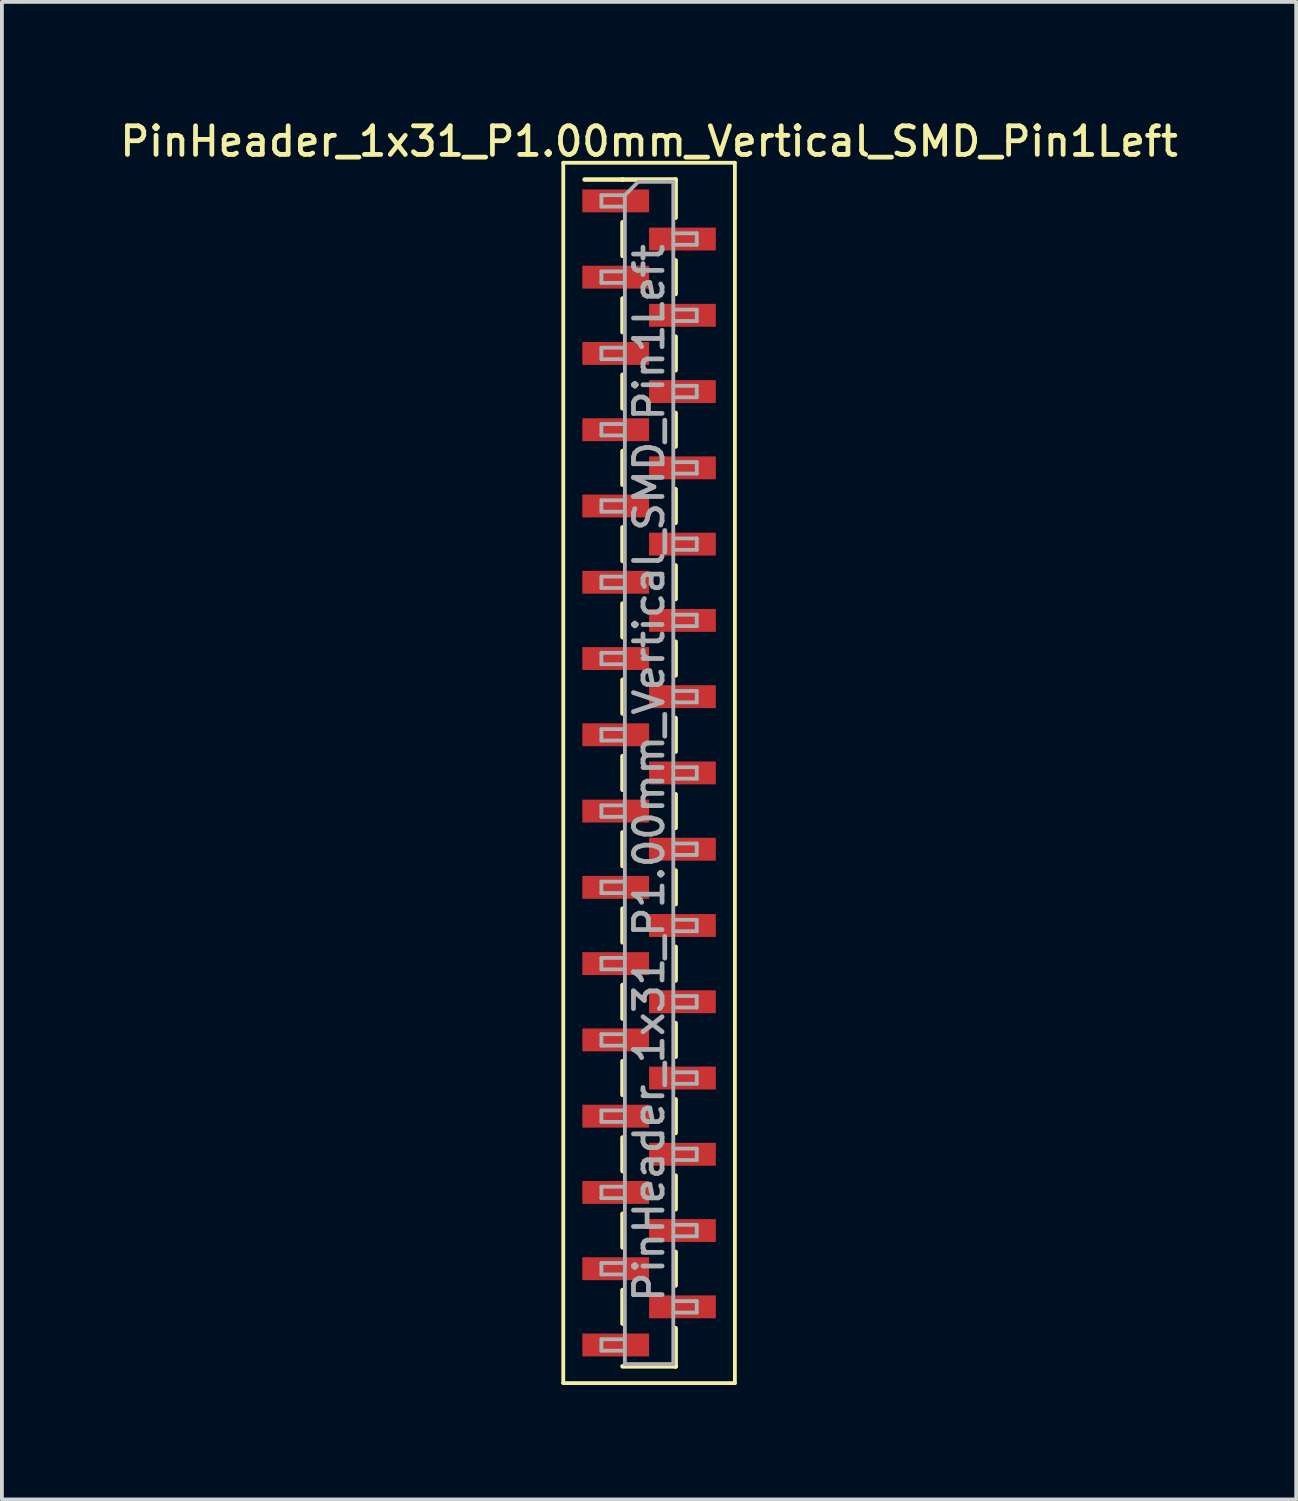
<source format=kicad_pcb>
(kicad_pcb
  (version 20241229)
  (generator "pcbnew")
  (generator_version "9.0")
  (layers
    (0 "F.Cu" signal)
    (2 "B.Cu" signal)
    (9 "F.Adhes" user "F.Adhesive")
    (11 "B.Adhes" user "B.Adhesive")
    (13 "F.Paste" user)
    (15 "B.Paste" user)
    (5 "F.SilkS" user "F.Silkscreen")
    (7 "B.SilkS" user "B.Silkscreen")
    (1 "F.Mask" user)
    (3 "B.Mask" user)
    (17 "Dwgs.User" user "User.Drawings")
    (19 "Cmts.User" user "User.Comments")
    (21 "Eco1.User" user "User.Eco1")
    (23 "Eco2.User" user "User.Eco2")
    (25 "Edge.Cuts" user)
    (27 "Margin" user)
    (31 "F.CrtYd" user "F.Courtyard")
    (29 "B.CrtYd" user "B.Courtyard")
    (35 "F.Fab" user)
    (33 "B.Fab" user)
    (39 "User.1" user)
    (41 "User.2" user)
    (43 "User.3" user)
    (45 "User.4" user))
  (footprint "PinHeader_1x31_P1.00mm_Vertical_SMD_Pin1Left"
    (layer "F.Cu")
    (at 13.97 17.218)
    (property "Reference" "PinHeader_1x31_P1.00mm_Vertical_SMD_Pin1Left" (at 0 -16.56 0) (layer "F.SilkS") (effects (font (size 0.75 0.75) (thickness 0.125))))
    (attr smd)
    (fp_line (start -2.25 -16) (end -2.25 16) (stroke (width 0.1) (type solid)) (layer "F.SilkS"))
    (fp_line (start -2.25 16) (end 2.25 16) (stroke (width 0.1) (type solid)) (layer "F.SilkS"))
    (fp_line (start -0.695 -15.56) (end -1.69 -15.56) (stroke (width 0.12) (type solid)) (layer "F.SilkS"))
    (fp_line (start -0.695 -15.56) (end -0.695 -15.56) (stroke (width 0.12) (type solid)) (layer "F.SilkS"))
    (fp_line (start -0.695 -15.56) (end 0.695 -15.56) (stroke (width 0.12) (type solid)) (layer "F.SilkS"))
    (fp_line (start -0.695 -14.44) (end -0.695 -13.56) (stroke (width 0.12) (type solid)) (layer "F.SilkS"))
    (fp_line (start -0.695 -12.44) (end -0.695 -11.56) (stroke (width 0.12) (type solid)) (layer "F.SilkS"))
    (fp_line (start -0.695 -10.44) (end -0.695 -9.56) (stroke (width 0.12) (type solid)) (layer "F.SilkS"))
    (fp_line (start -0.695 -8.44) (end -0.695 -7.56) (stroke (width 0.12) (type solid)) (layer "F.SilkS"))
    (fp_line (start -0.695 -6.44) (end -0.695 -5.56) (stroke (width 0.12) (type solid)) (layer "F.SilkS"))
    (fp_line (start -0.695 -4.44) (end -0.695 -3.56) (stroke (width 0.12) (type solid)) (layer "F.SilkS"))
    (fp_line (start -0.695 -2.44) (end -0.695 -1.56) (stroke (width 0.12) (type solid)) (layer "F.SilkS"))
    (fp_line (start -0.695 -0.44) (end -0.695 0.44) (stroke (width 0.12) (type solid)) (layer "F.SilkS"))
    (fp_line (start -0.695 1.56) (end -0.695 2.44) (stroke (width 0.12) (type solid)) (layer "F.SilkS"))
    (fp_line (start -0.695 3.56) (end -0.695 4.44) (stroke (width 0.12) (type solid)) (layer "F.SilkS"))
    (fp_line (start -0.695 5.56) (end -0.695 6.44) (stroke (width 0.12) (type solid)) (layer "F.SilkS"))
    (fp_line (start -0.695 7.56) (end -0.695 8.44) (stroke (width 0.12) (type solid)) (layer "F.SilkS"))
    (fp_line (start -0.695 9.56) (end -0.695 10.44) (stroke (width 0.12) (type solid)) (layer "F.SilkS"))
    (fp_line (start -0.695 11.56) (end -0.695 12.44) (stroke (width 0.12) (type solid)) (layer "F.SilkS"))
    (fp_line (start -0.695 13.56) (end -0.695 14.44) (stroke (width 0.12) (type solid)) (layer "F.SilkS"))
    (fp_line (start -0.695 15.56) (end 0.695 15.56) (stroke (width 0.12) (type solid)) (layer "F.SilkS"))
    (fp_line (start 0.695 -15.56) (end 0.695 -14.56) (stroke (width 0.12) (type solid)) (layer "F.SilkS"))
    (fp_line (start 0.695 -13.44) (end 0.695 -12.56) (stroke (width 0.12) (type solid)) (layer "F.SilkS"))
    (fp_line (start 0.695 -11.44) (end 0.695 -10.56) (stroke (width 0.12) (type solid)) (layer "F.SilkS"))
    (fp_line (start 0.695 -9.44) (end 0.695 -8.56) (stroke (width 0.12) (type solid)) (layer "F.SilkS"))
    (fp_line (start 0.695 -7.44) (end 0.695 -6.56) (stroke (width 0.12) (type solid)) (layer "F.SilkS"))
    (fp_line (start 0.695 -5.44) (end 0.695 -4.56) (stroke (width 0.12) (type solid)) (layer "F.SilkS"))
    (fp_line (start 0.695 -3.44) (end 0.695 -2.56) (stroke (width 0.12) (type solid)) (layer "F.SilkS"))
    (fp_line (start 0.695 -1.44) (end 0.695 -0.56) (stroke (width 0.12) (type solid)) (layer "F.SilkS"))
    (fp_line (start 0.695 0.56) (end 0.695 1.44) (stroke (width 0.12) (type solid)) (layer "F.SilkS"))
    (fp_line (start 0.695 2.56) (end 0.695 3.44) (stroke (width 0.12) (type solid)) (layer "F.SilkS"))
    (fp_line (start 0.695 4.56) (end 0.695 5.44) (stroke (width 0.12) (type solid)) (layer "F.SilkS"))
    (fp_line (start 0.695 6.56) (end 0.695 7.44) (stroke (width 0.12) (type solid)) (layer "F.SilkS"))
    (fp_line (start 0.695 8.56) (end 0.695 9.44) (stroke (width 0.12) (type solid)) (layer "F.SilkS"))
    (fp_line (start 0.695 10.56) (end 0.695 11.44) (stroke (width 0.12) (type solid)) (layer "F.SilkS"))
    (fp_line (start 0.695 12.56) (end 0.695 13.44) (stroke (width 0.12) (type solid)) (layer "F.SilkS"))
    (fp_line (start 0.695 14.56) (end 0.695 15.56) (stroke (width 0.12) (type solid)) (layer "F.SilkS"))
    (fp_line (start 0.695 15.56) (end 0.695 15.56) (stroke (width 0.12) (type solid)) (layer "F.SilkS"))
    (fp_line (start 2.25 -16) (end -2.25 -16) (stroke (width 0.1) (type solid)) (layer "F.SilkS"))
    (fp_line (start 2.25 16) (end 2.25 -16) (stroke (width 0.1) (type solid)) (layer "F.SilkS"))
    (fp_line (start -1.25 -15.15) (end -1.25 -14.85) (stroke (width 0.1) (type solid)) (layer "F.Fab"))
    (fp_line (start -1.25 -14.85) (end -0.635 -14.85) (stroke (width 0.1) (type solid)) (layer "F.Fab"))
    (fp_line (start -1.25 -13.15) (end -1.25 -12.85) (stroke (width 0.1) (type solid)) (layer "F.Fab"))
    (fp_line (start -1.25 -12.85) (end -0.635 -12.85) (stroke (width 0.1) (type solid)) (layer "F.Fab"))
    (fp_line (start -1.25 -11.15) (end -1.25 -10.85) (stroke (width 0.1) (type solid)) (layer "F.Fab"))
    (fp_line (start -1.25 -10.85) (end -0.635 -10.85) (stroke (width 0.1) (type solid)) (layer "F.Fab"))
    (fp_line (start -1.25 -9.15) (end -1.25 -8.85) (stroke (width 0.1) (type solid)) (layer "F.Fab"))
    (fp_line (start -1.25 -8.85) (end -0.635 -8.85) (stroke (width 0.1) (type solid)) (layer "F.Fab"))
    (fp_line (start -1.25 -7.15) (end -1.25 -6.85) (stroke (width 0.1) (type solid)) (layer "F.Fab"))
    (fp_line (start -1.25 -6.85) (end -0.635 -6.85) (stroke (width 0.1) (type solid)) (layer "F.Fab"))
    (fp_line (start -1.25 -5.15) (end -1.25 -4.85) (stroke (width 0.1) (type solid)) (layer "F.Fab"))
    (fp_line (start -1.25 -4.85) (end -0.635 -4.85) (stroke (width 0.1) (type solid)) (layer "F.Fab"))
    (fp_line (start -1.25 -3.15) (end -1.25 -2.85) (stroke (width 0.1) (type solid)) (layer "F.Fab"))
    (fp_line (start -1.25 -2.85) (end -0.635 -2.85) (stroke (width 0.1) (type solid)) (layer "F.Fab"))
    (fp_line (start -1.25 -1.15) (end -1.25 -0.85) (stroke (width 0.1) (type solid)) (layer "F.Fab"))
    (fp_line (start -1.25 -0.85) (end -0.635 -0.85) (stroke (width 0.1) (type solid)) (layer "F.Fab"))
    (fp_line (start -1.25 0.85) (end -1.25 1.15) (stroke (width 0.1) (type solid)) (layer "F.Fab"))
    (fp_line (start -1.25 1.15) (end -0.635 1.15) (stroke (width 0.1) (type solid)) (layer "F.Fab"))
    (fp_line (start -1.25 2.85) (end -1.25 3.15) (stroke (width 0.1) (type solid)) (layer "F.Fab"))
    (fp_line (start -1.25 3.15) (end -0.635 3.15) (stroke (width 0.1) (type solid)) (layer "F.Fab"))
    (fp_line (start -1.25 4.85) (end -1.25 5.15) (stroke (width 0.1) (type solid)) (layer "F.Fab"))
    (fp_line (start -1.25 5.15) (end -0.635 5.15) (stroke (width 0.1) (type solid)) (layer "F.Fab"))
    (fp_line (start -1.25 6.85) (end -1.25 7.15) (stroke (width 0.1) (type solid)) (layer "F.Fab"))
    (fp_line (start -1.25 7.15) (end -0.635 7.15) (stroke (width 0.1) (type solid)) (layer "F.Fab"))
    (fp_line (start -1.25 8.85) (end -1.25 9.15) (stroke (width 0.1) (type solid)) (layer "F.Fab"))
    (fp_line (start -1.25 9.15) (end -0.635 9.15) (stroke (width 0.1) (type solid)) (layer "F.Fab"))
    (fp_line (start -1.25 10.85) (end -1.25 11.15) (stroke (width 0.1) (type solid)) (layer "F.Fab"))
    (fp_line (start -1.25 11.15) (end -0.635 11.15) (stroke (width 0.1) (type solid)) (layer "F.Fab"))
    (fp_line (start -1.25 12.85) (end -1.25 13.15) (stroke (width 0.1) (type solid)) (layer "F.Fab"))
    (fp_line (start -1.25 13.15) (end -0.635 13.15) (stroke (width 0.1) (type solid)) (layer "F.Fab"))
    (fp_line (start -1.25 14.85) (end -1.25 15.15) (stroke (width 0.1) (type solid)) (layer "F.Fab"))
    (fp_line (start -1.25 15.15) (end -0.635 15.15) (stroke (width 0.1) (type solid)) (layer "F.Fab"))
    (fp_line (start -0.635 -15.15) (end -1.25 -15.15) (stroke (width 0.1) (type solid)) (layer "F.Fab"))
    (fp_line (start -0.635 -15.15) (end -0.285 -15.5) (stroke (width 0.1) (type solid)) (layer "F.Fab"))
    (fp_line (start -0.635 -13.15) (end -1.25 -13.15) (stroke (width 0.1) (type solid)) (layer "F.Fab"))
    (fp_line (start -0.635 -11.15) (end -1.25 -11.15) (stroke (width 0.1) (type solid)) (layer "F.Fab"))
    (fp_line (start -0.635 -9.15) (end -1.25 -9.15) (stroke (width 0.1) (type solid)) (layer "F.Fab"))
    (fp_line (start -0.635 -7.15) (end -1.25 -7.15) (stroke (width 0.1) (type solid)) (layer "F.Fab"))
    (fp_line (start -0.635 -5.15) (end -1.25 -5.15) (stroke (width 0.1) (type solid)) (layer "F.Fab"))
    (fp_line (start -0.635 -3.15) (end -1.25 -3.15) (stroke (width 0.1) (type solid)) (layer "F.Fab"))
    (fp_line (start -0.635 -1.15) (end -1.25 -1.15) (stroke (width 0.1) (type solid)) (layer "F.Fab"))
    (fp_line (start -0.635 0.85) (end -1.25 0.85) (stroke (width 0.1) (type solid)) (layer "F.Fab"))
    (fp_line (start -0.635 2.85) (end -1.25 2.85) (stroke (width 0.1) (type solid)) (layer "F.Fab"))
    (fp_line (start -0.635 4.85) (end -1.25 4.85) (stroke (width 0.1) (type solid)) (layer "F.Fab"))
    (fp_line (start -0.635 6.85) (end -1.25 6.85) (stroke (width 0.1) (type solid)) (layer "F.Fab"))
    (fp_line (start -0.635 8.85) (end -1.25 8.85) (stroke (width 0.1) (type solid)) (layer "F.Fab"))
    (fp_line (start -0.635 10.85) (end -1.25 10.85) (stroke (width 0.1) (type solid)) (layer "F.Fab"))
    (fp_line (start -0.635 12.85) (end -1.25 12.85) (stroke (width 0.1) (type solid)) (layer "F.Fab"))
    (fp_line (start -0.635 14.85) (end -1.25 14.85) (stroke (width 0.1) (type solid)) (layer "F.Fab"))
    (fp_line (start -0.635 15.5) (end -0.635 -15.15) (stroke (width 0.1) (type solid)) (layer "F.Fab"))
    (fp_line (start -0.285 -15.5) (end 0.635 -15.5) (stroke (width 0.1) (type solid)) (layer "F.Fab"))
    (fp_line (start 0.635 -15.5) (end 0.635 15.5) (stroke (width 0.1) (type solid)) (layer "F.Fab"))
    (fp_line (start 0.635 -14.15) (end 1.25 -14.15) (stroke (width 0.1) (type solid)) (layer "F.Fab"))
    (fp_line (start 0.635 -12.15) (end 1.25 -12.15) (stroke (width 0.1) (type solid)) (layer "F.Fab"))
    (fp_line (start 0.635 -10.15) (end 1.25 -10.15) (stroke (width 0.1) (type solid)) (layer "F.Fab"))
    (fp_line (start 0.635 -8.15) (end 1.25 -8.15) (stroke (width 0.1) (type solid)) (layer "F.Fab"))
    (fp_line (start 0.635 -6.15) (end 1.25 -6.15) (stroke (width 0.1) (type solid)) (layer "F.Fab"))
    (fp_line (start 0.635 -4.15) (end 1.25 -4.15) (stroke (width 0.1) (type solid)) (layer "F.Fab"))
    (fp_line (start 0.635 -2.15) (end 1.25 -2.15) (stroke (width 0.1) (type solid)) (layer "F.Fab"))
    (fp_line (start 0.635 -0.15) (end 1.25 -0.15) (stroke (width 0.1) (type solid)) (layer "F.Fab"))
    (fp_line (start 0.635 1.85) (end 1.25 1.85) (stroke (width 0.1) (type solid)) (layer "F.Fab"))
    (fp_line (start 0.635 3.85) (end 1.25 3.85) (stroke (width 0.1) (type solid)) (layer "F.Fab"))
    (fp_line (start 0.635 5.85) (end 1.25 5.85) (stroke (width 0.1) (type solid)) (layer "F.Fab"))
    (fp_line (start 0.635 7.85) (end 1.25 7.85) (stroke (width 0.1) (type solid)) (layer "F.Fab"))
    (fp_line (start 0.635 9.85) (end 1.25 9.85) (stroke (width 0.1) (type solid)) (layer "F.Fab"))
    (fp_line (start 0.635 11.85) (end 1.25 11.85) (stroke (width 0.1) (type solid)) (layer "F.Fab"))
    (fp_line (start 0.635 13.85) (end 1.25 13.85) (stroke (width 0.1) (type solid)) (layer "F.Fab"))
    (fp_line (start 0.635 15.5) (end -0.635 15.5) (stroke (width 0.1) (type solid)) (layer "F.Fab"))
    (fp_line (start 1.25 -14.15) (end 1.25 -13.85) (stroke (width 0.1) (type solid)) (layer "F.Fab"))
    (fp_line (start 1.25 -13.85) (end 0.635 -13.85) (stroke (width 0.1) (type solid)) (layer "F.Fab"))
    (fp_line (start 1.25 -12.15) (end 1.25 -11.85) (stroke (width 0.1) (type solid)) (layer "F.Fab"))
    (fp_line (start 1.25 -11.85) (end 0.635 -11.85) (stroke (width 0.1) (type solid)) (layer "F.Fab"))
    (fp_line (start 1.25 -10.15) (end 1.25 -9.85) (stroke (width 0.1) (type solid)) (layer "F.Fab"))
    (fp_line (start 1.25 -9.85) (end 0.635 -9.85) (stroke (width 0.1) (type solid)) (layer "F.Fab"))
    (fp_line (start 1.25 -8.15) (end 1.25 -7.85) (stroke (width 0.1) (type solid)) (layer "F.Fab"))
    (fp_line (start 1.25 -7.85) (end 0.635 -7.85) (stroke (width 0.1) (type solid)) (layer "F.Fab"))
    (fp_line (start 1.25 -6.15) (end 1.25 -5.85) (stroke (width 0.1) (type solid)) (layer "F.Fab"))
    (fp_line (start 1.25 -5.85) (end 0.635 -5.85) (stroke (width 0.1) (type solid)) (layer "F.Fab"))
    (fp_line (start 1.25 -4.15) (end 1.25 -3.85) (stroke (width 0.1) (type solid)) (layer "F.Fab"))
    (fp_line (start 1.25 -3.85) (end 0.635 -3.85) (stroke (width 0.1) (type solid)) (layer "F.Fab"))
    (fp_line (start 1.25 -2.15) (end 1.25 -1.85) (stroke (width 0.1) (type solid)) (layer "F.Fab"))
    (fp_line (start 1.25 -1.85) (end 0.635 -1.85) (stroke (width 0.1) (type solid)) (layer "F.Fab"))
    (fp_line (start 1.25 -0.15) (end 1.25 0.15) (stroke (width 0.1) (type solid)) (layer "F.Fab"))
    (fp_line (start 1.25 0.15) (end 0.635 0.15) (stroke (width 0.1) (type solid)) (layer "F.Fab"))
    (fp_line (start 1.25 1.85) (end 1.25 2.15) (stroke (width 0.1) (type solid)) (layer "F.Fab"))
    (fp_line (start 1.25 2.15) (end 0.635 2.15) (stroke (width 0.1) (type solid)) (layer "F.Fab"))
    (fp_line (start 1.25 3.85) (end 1.25 4.15) (stroke (width 0.1) (type solid)) (layer "F.Fab"))
    (fp_line (start 1.25 4.15) (end 0.635 4.15) (stroke (width 0.1) (type solid)) (layer "F.Fab"))
    (fp_line (start 1.25 5.85) (end 1.25 6.15) (stroke (width 0.1) (type solid)) (layer "F.Fab"))
    (fp_line (start 1.25 6.15) (end 0.635 6.15) (stroke (width 0.1) (type solid)) (layer "F.Fab"))
    (fp_line (start 1.25 7.85) (end 1.25 8.15) (stroke (width 0.1) (type solid)) (layer "F.Fab"))
    (fp_line (start 1.25 8.15) (end 0.635 8.15) (stroke (width 0.1) (type solid)) (layer "F.Fab"))
    (fp_line (start 1.25 9.85) (end 1.25 10.15) (stroke (width 0.1) (type solid)) (layer "F.Fab"))
    (fp_line (start 1.25 10.15) (end 0.635 10.15) (stroke (width 0.1) (type solid)) (layer "F.Fab"))
    (fp_line (start 1.25 11.85) (end 1.25 12.15) (stroke (width 0.1) (type solid)) (layer "F.Fab"))
    (fp_line (start 1.25 12.15) (end 0.635 12.15) (stroke (width 0.1) (type solid)) (layer "F.Fab"))
    (fp_line (start 1.25 13.85) (end 1.25 14.15) (stroke (width 0.1) (type solid)) (layer "F.Fab"))
    (fp_line (start 1.25 14.15) (end 0.635 14.15) (stroke (width 0.1) (type solid)) (layer "F.Fab"))
    (fp_text user "${REFERENCE}" (at 0 0 90) (layer "F.Fab") (effects (font (size 0.75 0.75) (thickness 0.125))))
    (pad "1" smd rect (at -0.875 -15) (size 1.75 0.6) (layers "F.Cu" "F.Mask" "F.Paste"))
    (pad "2" smd rect (at 0.875 -14) (size 1.75 0.6) (layers "F.Cu" "F.Mask" "F.Paste"))
    (pad "3" smd rect (at -0.875 -13) (size 1.75 0.6) (layers "F.Cu" "F.Mask" "F.Paste"))
    (pad "4" smd rect (at 0.875 -12) (size 1.75 0.6) (layers "F.Cu" "F.Mask" "F.Paste"))
    (pad "5" smd rect (at -0.875 -11) (size 1.75 0.6) (layers "F.Cu" "F.Mask" "F.Paste"))
    (pad "6" smd rect (at 0.875 -10) (size 1.75 0.6) (layers "F.Cu" "F.Mask" "F.Paste"))
    (pad "7" smd rect (at -0.875 -9) (size 1.75 0.6) (layers "F.Cu" "F.Mask" "F.Paste"))
    (pad "8" smd rect (at 0.875 -8) (size 1.75 0.6) (layers "F.Cu" "F.Mask" "F.Paste"))
    (pad "9" smd rect (at -0.875 -7) (size 1.75 0.6) (layers "F.Cu" "F.Mask" "F.Paste"))
    (pad "10" smd rect (at 0.875 -6) (size 1.75 0.6) (layers "F.Cu" "F.Mask" "F.Paste"))
    (pad "11" smd rect (at -0.875 -5) (size 1.75 0.6) (layers "F.Cu" "F.Mask" "F.Paste"))
    (pad "12" smd rect (at 0.875 -4) (size 1.75 0.6) (layers "F.Cu" "F.Mask" "F.Paste"))
    (pad "13" smd rect (at -0.875 -3) (size 1.75 0.6) (layers "F.Cu" "F.Mask" "F.Paste"))
    (pad "14" smd rect (at 0.875 -2) (size 1.75 0.6) (layers "F.Cu" "F.Mask" "F.Paste"))
    (pad "15" smd rect (at -0.875 -1) (size 1.75 0.6) (layers "F.Cu" "F.Mask" "F.Paste"))
    (pad "16" smd rect (at 0.875 0) (size 1.75 0.6) (layers "F.Cu" "F.Mask" "F.Paste"))
    (pad "17" smd rect (at -0.875 1) (size 1.75 0.6) (layers "F.Cu" "F.Mask" "F.Paste"))
    (pad "18" smd rect (at 0.875 2) (size 1.75 0.6) (layers "F.Cu" "F.Mask" "F.Paste"))
    (pad "19" smd rect (at -0.875 3) (size 1.75 0.6) (layers "F.Cu" "F.Mask" "F.Paste"))
    (pad "20" smd rect (at 0.875 4) (size 1.75 0.6) (layers "F.Cu" "F.Mask" "F.Paste"))
    (pad "21" smd rect (at -0.875 5) (size 1.75 0.6) (layers "F.Cu" "F.Mask" "F.Paste"))
    (pad "22" smd rect (at 0.875 6) (size 1.75 0.6) (layers "F.Cu" "F.Mask" "F.Paste"))
    (pad "23" smd rect (at -0.875 7) (size 1.75 0.6) (layers "F.Cu" "F.Mask" "F.Paste"))
    (pad "24" smd rect (at 0.875 8) (size 1.75 0.6) (layers "F.Cu" "F.Mask" "F.Paste"))
    (pad "25" smd rect (at -0.875 9) (size 1.75 0.6) (layers "F.Cu" "F.Mask" "F.Paste"))
    (pad "26" smd rect (at 0.875 10) (size 1.75 0.6) (layers "F.Cu" "F.Mask" "F.Paste"))
    (pad "27" smd rect (at -0.875 11) (size 1.75 0.6) (layers "F.Cu" "F.Mask" "F.Paste"))
    (pad "28" smd rect (at 0.875 12) (size 1.75 0.6) (layers "F.Cu" "F.Mask" "F.Paste"))
    (pad "29" smd rect (at -0.875 13) (size 1.75 0.6) (layers "F.Cu" "F.Mask" "F.Paste"))
    (pad "30" smd rect (at 0.875 14) (size 1.75 0.6) (layers "F.Cu" "F.Mask" "F.Paste"))
    (pad "31" smd rect (at -0.875 15) (size 1.75 0.6) (layers "F.Cu" "F.Mask" "F.Paste")))
  (gr_rect
    (start -3 -3)
    (end 30.939 36.268)
    (stroke (width 0.1) (type default))
    (fill no)
    (layer "Edge.Cuts")))
</source>
